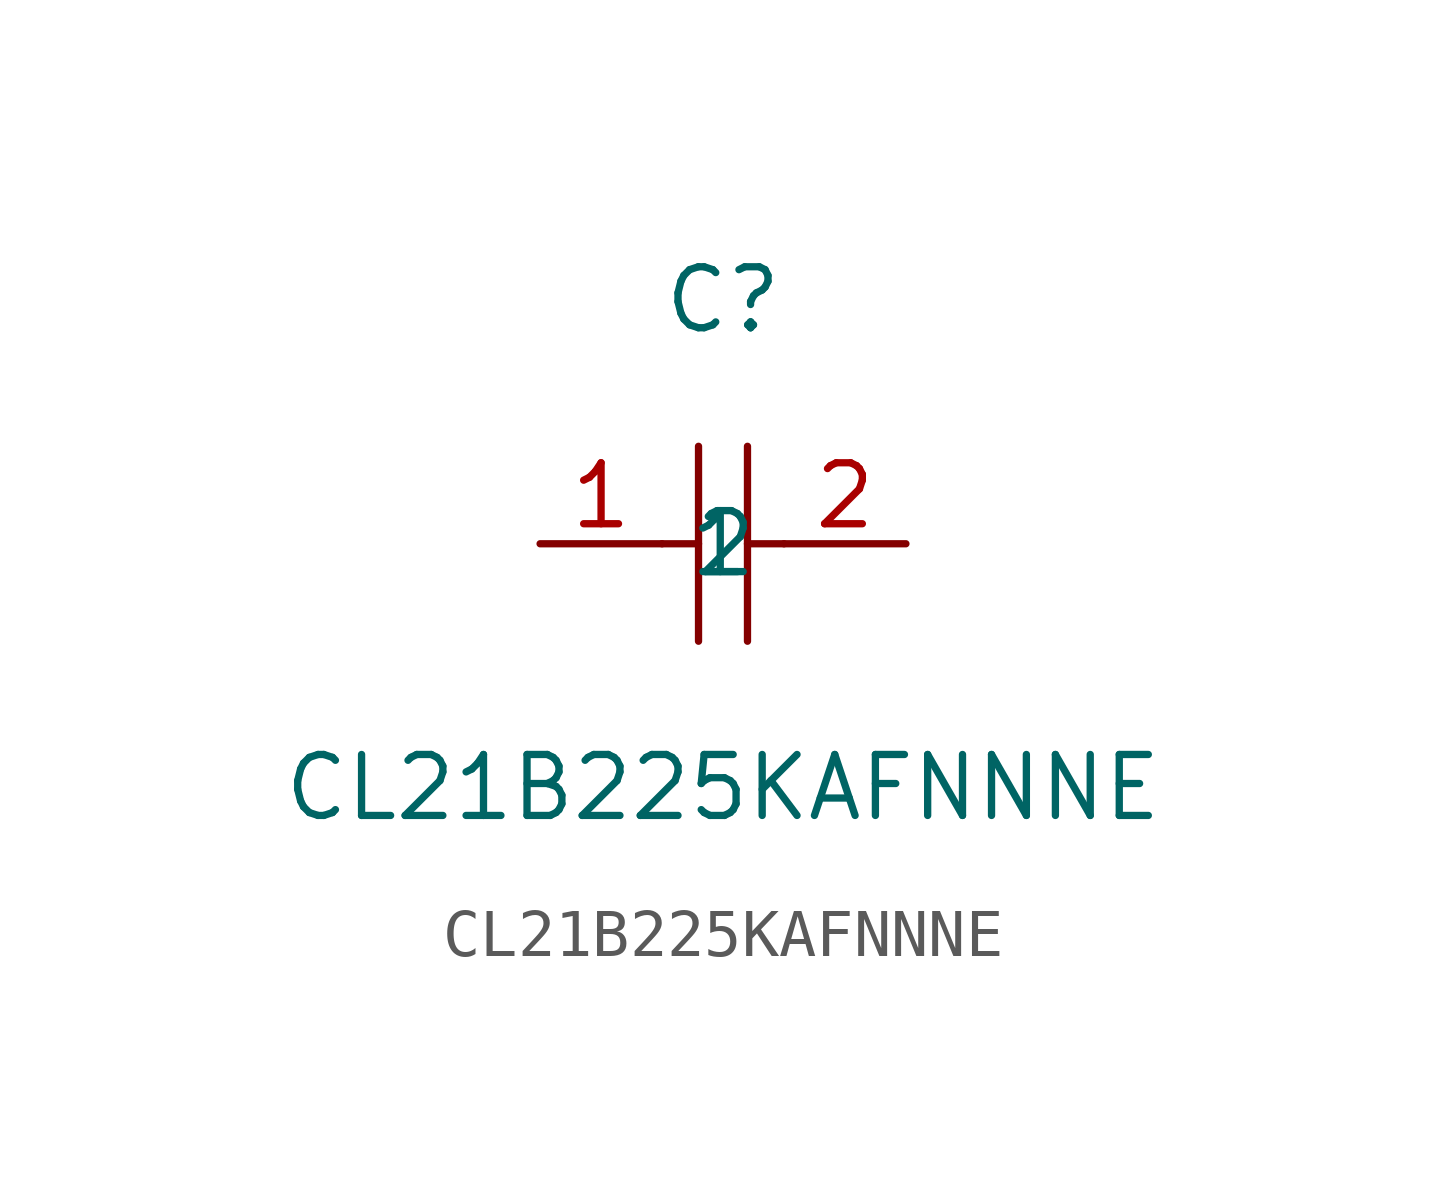
<source format=kicad_sym>
(kicad_symbol_lib
  (version 1)
  (generator "faebryk")
  (symbol "CL21B225KAFNNNE"
    (property "Reference" "C"
      (at 0 5.08 0)
      (effects (font (size 1.27 1.27)) (hide no)))
    (property "Value" "CL21B225KAFNNNE"
      (at 0 -5.08 0)
      (effects (font (size 1.27 1.27)) (hide no)))
    (symbol "CL21B225KAFNNNE_0_1"
      (polyline (stroke (width 0) (type default) (color 0 0 0 0)) (fill (type none)) (pts (xy -0.51 2.03) (xy -0.51 -2.03)))
      (polyline (stroke (width 0) (type default) (color 0 0 0 0)) (fill (type none)) (pts (xy 0.51 2.03) (xy 0.51 -2.03)))
      (polyline (stroke (width 0) (type default) (color 0 0 0 0)) (fill (type none)) (pts (xy -1.27 0) (xy -0.51 0)))
      (polyline (stroke (width 0) (type default) (color 0 0 0 0)) (fill (type none)) (pts (xy 0.51 0) (xy 1.27 0)))
      (pin input line (at -3.81 0 0) (length 2.54) (name "1" (effects (font (size 1.27 1.27)) (hide no))) (number "1" (effects (font (size 1.27 1.27)) (hide no))))
      (pin input line (at 3.81 0 180) (length 2.54) (name "2" (effects (font (size 1.27 1.27)) (hide no))) (number "2" (effects (font (size 1.27 1.27)) (hide no)))))))
</source>
